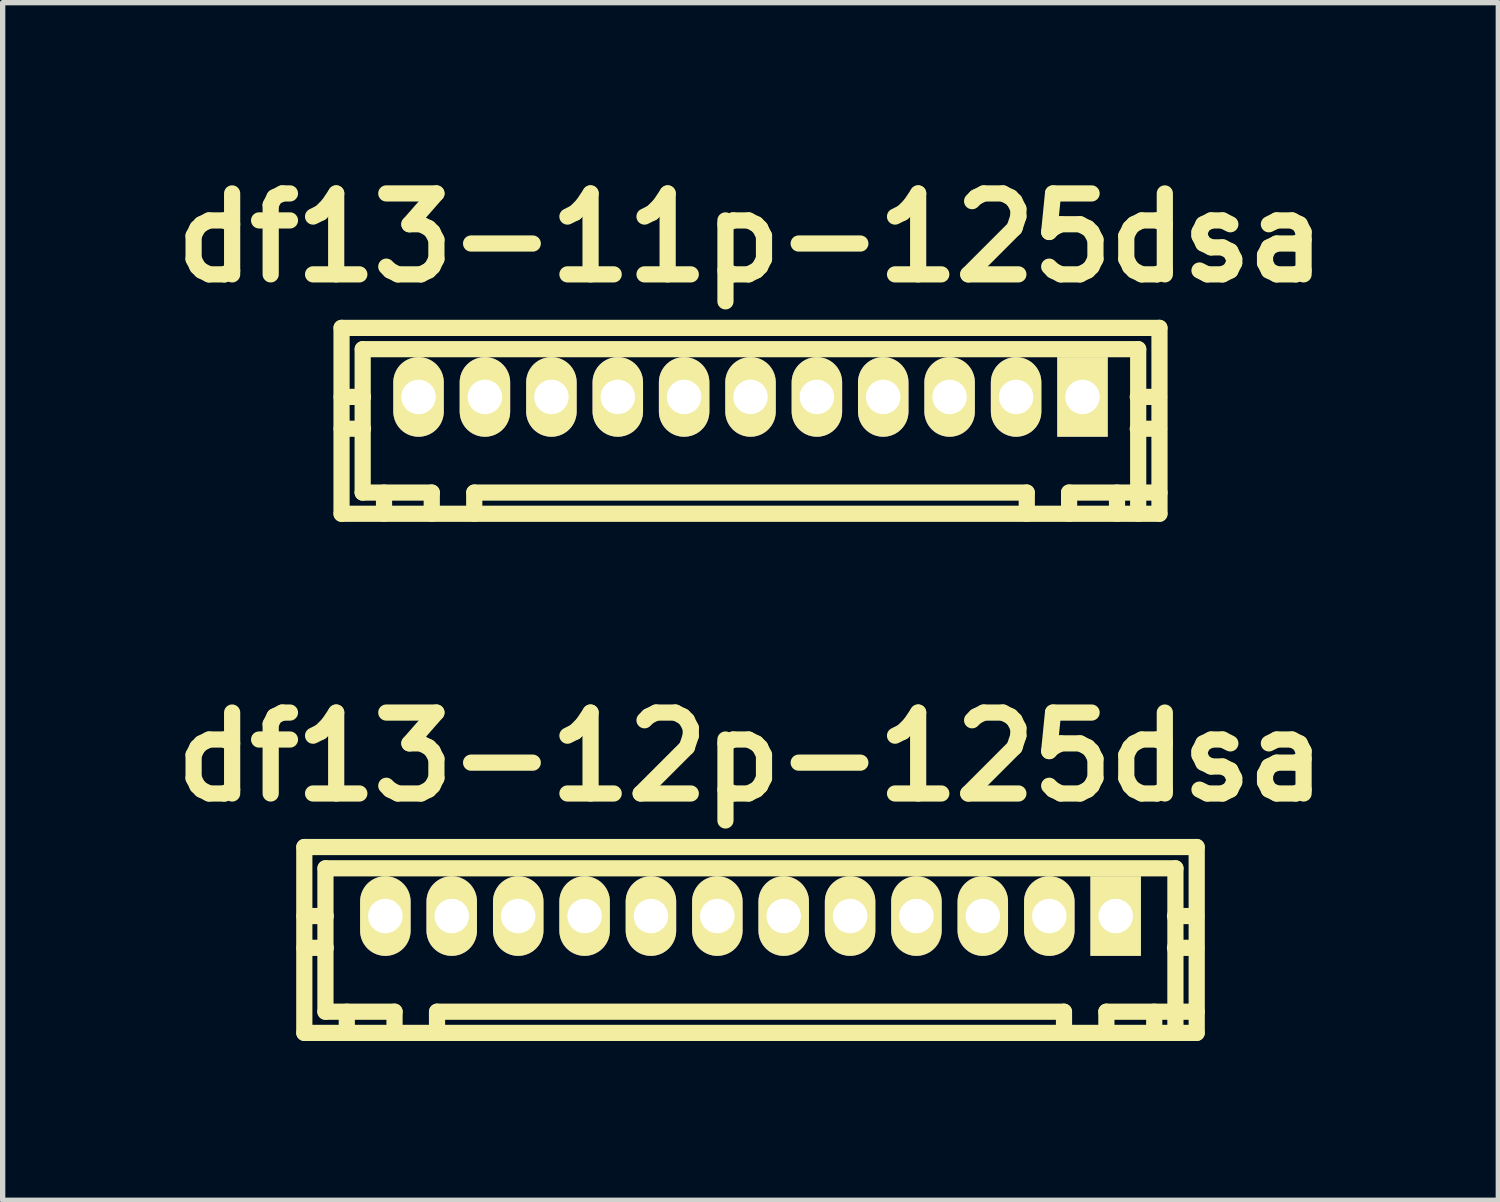
<source format=kicad_pcb>
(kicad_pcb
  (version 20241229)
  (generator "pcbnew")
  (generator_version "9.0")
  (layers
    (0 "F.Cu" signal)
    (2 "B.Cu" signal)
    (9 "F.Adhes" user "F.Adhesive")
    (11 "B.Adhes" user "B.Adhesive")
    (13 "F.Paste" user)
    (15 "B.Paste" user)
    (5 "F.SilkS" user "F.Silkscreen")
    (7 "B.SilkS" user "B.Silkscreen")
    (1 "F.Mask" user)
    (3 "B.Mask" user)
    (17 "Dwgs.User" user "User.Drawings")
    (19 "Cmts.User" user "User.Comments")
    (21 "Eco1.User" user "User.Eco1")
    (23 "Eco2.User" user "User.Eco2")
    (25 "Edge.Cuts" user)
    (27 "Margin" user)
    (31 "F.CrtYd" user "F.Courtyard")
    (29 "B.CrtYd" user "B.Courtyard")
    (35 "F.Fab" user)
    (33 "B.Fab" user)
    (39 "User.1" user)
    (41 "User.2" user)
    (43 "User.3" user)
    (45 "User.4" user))
  (footprint "df13-11p-125dsa"
    (layer "F.Cu")
    (at 11.082 4.424)
    (property "Reference" "df13-11p-125dsa" (at 0 -2.997 0) (layer "F.SilkS") (effects (font (size 1.524 1.524) (thickness 0.305))))
    (attr through_hole)
    (fp_line (start -7.701 2.2) (end -7.701 -1.3) (stroke (width 0.305) (type solid)) (layer "F.SilkS"))
    (fp_line (start -7.699 -1.3) (end 7.699 -1.3) (stroke (width 0.305) (type solid)) (layer "F.SilkS"))
    (fp_line (start -7.303 -0.899) (end -7.303 1.801) (stroke (width 0.305) (type solid)) (layer "F.SilkS"))
    (fp_line (start -7.297 0) (end -7.699 0) (stroke (width 0.305) (type solid)) (layer "F.SilkS"))
    (fp_line (start -7.297 0.599) (end -7.699 0.599) (stroke (width 0.305) (type solid)) (layer "F.SilkS"))
    (fp_line (start -6.901 1.801) (end -6.901 2.2) (stroke (width 0.305) (type solid)) (layer "F.SilkS"))
    (fp_line (start -6.299 -0.099) (end -6.299 0.099) (stroke (width 0.305) (type solid)) (layer "F.SilkS"))
    (fp_line (start -6.299 0.099) (end -6.101 0.099) (stroke (width 0.305) (type solid)) (layer "F.SilkS"))
    (fp_line (start -6.101 -0.099) (end -6.299 -0.099) (stroke (width 0.305) (type solid)) (layer "F.SilkS"))
    (fp_line (start -6.101 0.099) (end -6.101 -0.099) (stroke (width 0.305) (type solid)) (layer "F.SilkS"))
    (fp_line (start -6.002 1.801) (end -7.303 1.801) (stroke (width 0.305) (type solid)) (layer "F.SilkS"))
    (fp_line (start -6.002 1.801) (end -6.002 2.2) (stroke (width 0.305) (type solid)) (layer "F.SilkS"))
    (fp_line (start -5.202 2.2) (end -5.202 1.801) (stroke (width 0.305) (type solid)) (layer "F.SilkS"))
    (fp_line (start -5.199 1.801) (end 5.199 1.801) (stroke (width 0.305) (type solid)) (layer "F.SilkS"))
    (fp_line (start -5.1 -0.099) (end -5.1 0.099) (stroke (width 0.305) (type solid)) (layer "F.SilkS"))
    (fp_line (start -5.1 0.099) (end -4.9 0.099) (stroke (width 0.305) (type solid)) (layer "F.SilkS"))
    (fp_line (start -4.9 -0.099) (end -5.1 -0.099) (stroke (width 0.305) (type solid)) (layer "F.SilkS"))
    (fp_line (start -4.9 0.099) (end -4.9 -0.099) (stroke (width 0.305) (type solid)) (layer "F.SilkS"))
    (fp_line (start -3.8 -0.099) (end -3.8 0.099) (stroke (width 0.305) (type solid)) (layer "F.SilkS"))
    (fp_line (start -3.8 0.099) (end -3.599 0.099) (stroke (width 0.305) (type solid)) (layer "F.SilkS"))
    (fp_line (start -3.599 -0.099) (end -3.8 -0.099) (stroke (width 0.305) (type solid)) (layer "F.SilkS"))
    (fp_line (start -3.599 0.099) (end -3.599 -0.099) (stroke (width 0.305) (type solid)) (layer "F.SilkS"))
    (fp_line (start -2.601 -0.099) (end -2.601 0.099) (stroke (width 0.305) (type solid)) (layer "F.SilkS"))
    (fp_line (start -2.601 0.099) (end -2.4 0.099) (stroke (width 0.305) (type solid)) (layer "F.SilkS"))
    (fp_line (start -2.4 -0.099) (end -2.601 -0.099) (stroke (width 0.305) (type solid)) (layer "F.SilkS"))
    (fp_line (start -2.4 0.099) (end -2.4 -0.099) (stroke (width 0.305) (type solid)) (layer "F.SilkS"))
    (fp_line (start -1.3 -0.099) (end -1.3 0.099) (stroke (width 0.305) (type solid)) (layer "F.SilkS"))
    (fp_line (start -1.3 0.099) (end -1.1 0.099) (stroke (width 0.305) (type solid)) (layer "F.SilkS"))
    (fp_line (start -1.1 -0.099) (end -1.3 -0.099) (stroke (width 0.305) (type solid)) (layer "F.SilkS"))
    (fp_line (start -1.1 0.099) (end -1.1 -0.099) (stroke (width 0.305) (type solid)) (layer "F.SilkS"))
    (fp_line (start -0.099 -0.099) (end 0.099 -0.099) (stroke (width 0.305) (type solid)) (layer "F.SilkS"))
    (fp_line (start -0.099 0.099) (end -0.099 -0.099) (stroke (width 0.305) (type solid)) (layer "F.SilkS"))
    (fp_line (start 0.099 -0.099) (end 0.099 0.099) (stroke (width 0.305) (type solid)) (layer "F.SilkS"))
    (fp_line (start 0.099 0.099) (end -0.099 0.099) (stroke (width 0.305) (type solid)) (layer "F.SilkS"))
    (fp_line (start 1.1 -0.099) (end 1.3 -0.099) (stroke (width 0.305) (type solid)) (layer "F.SilkS"))
    (fp_line (start 1.1 0.099) (end 1.1 -0.099) (stroke (width 0.305) (type solid)) (layer "F.SilkS"))
    (fp_line (start 1.3 -0.099) (end 1.3 0.099) (stroke (width 0.305) (type solid)) (layer "F.SilkS"))
    (fp_line (start 1.3 0.099) (end 1.1 0.099) (stroke (width 0.305) (type solid)) (layer "F.SilkS"))
    (fp_line (start 2.4 -0.099) (end 2.601 -0.099) (stroke (width 0.305) (type solid)) (layer "F.SilkS"))
    (fp_line (start 2.4 0.099) (end 2.4 -0.099) (stroke (width 0.305) (type solid)) (layer "F.SilkS"))
    (fp_line (start 2.601 -0.099) (end 2.601 0.099) (stroke (width 0.305) (type solid)) (layer "F.SilkS"))
    (fp_line (start 2.601 0.099) (end 2.4 0.099) (stroke (width 0.305) (type solid)) (layer "F.SilkS"))
    (fp_line (start 3.599 -0.099) (end 3.8 -0.099) (stroke (width 0.305) (type solid)) (layer "F.SilkS"))
    (fp_line (start 3.599 0.099) (end 3.599 -0.099) (stroke (width 0.305) (type solid)) (layer "F.SilkS"))
    (fp_line (start 3.8 -0.099) (end 3.8 0.099) (stroke (width 0.305) (type solid)) (layer "F.SilkS"))
    (fp_line (start 3.8 0.099) (end 3.599 0.099) (stroke (width 0.305) (type solid)) (layer "F.SilkS"))
    (fp_line (start 4.9 -0.099) (end 5.1 -0.099) (stroke (width 0.305) (type solid)) (layer "F.SilkS"))
    (fp_line (start 4.9 0.099) (end 4.9 -0.099) (stroke (width 0.305) (type solid)) (layer "F.SilkS"))
    (fp_line (start 5.1 -0.099) (end 5.1 0.099) (stroke (width 0.305) (type solid)) (layer "F.SilkS"))
    (fp_line (start 5.1 0.099) (end 4.9 0.099) (stroke (width 0.305) (type solid)) (layer "F.SilkS"))
    (fp_line (start 5.202 2.2) (end 5.202 1.801) (stroke (width 0.305) (type solid)) (layer "F.SilkS"))
    (fp_line (start 5.999 1.801) (end 5.999 2.2) (stroke (width 0.305) (type solid)) (layer "F.SilkS"))
    (fp_line (start 5.999 1.801) (end 7.701 1.801) (stroke (width 0.305) (type solid)) (layer "F.SilkS"))
    (fp_line (start 6.101 -0.099) (end 6.299 -0.099) (stroke (width 0.305) (type solid)) (layer "F.SilkS"))
    (fp_line (start 6.101 0.099) (end 6.101 -0.099) (stroke (width 0.305) (type solid)) (layer "F.SilkS"))
    (fp_line (start 6.299 -0.099) (end 6.299 0.099) (stroke (width 0.305) (type solid)) (layer "F.SilkS"))
    (fp_line (start 6.299 0.099) (end 6.101 0.099) (stroke (width 0.305) (type solid)) (layer "F.SilkS"))
    (fp_line (start 6.901 1.801) (end 6.901 2.2) (stroke (width 0.305) (type solid)) (layer "F.SilkS"))
    (fp_line (start 7.292 0) (end 7.694 0) (stroke (width 0.305) (type solid)) (layer "F.SilkS"))
    (fp_line (start 7.3 -0.899) (end -7.3 -0.899) (stroke (width 0.305) (type solid)) (layer "F.SilkS"))
    (fp_line (start 7.3 -0.899) (end 7.3 2.2) (stroke (width 0.305) (type solid)) (layer "F.SilkS"))
    (fp_line (start 7.694 0.599) (end 7.292 0.599) (stroke (width 0.305) (type solid)) (layer "F.SilkS"))
    (fp_line (start 7.699 2.2) (end -7.699 2.2) (stroke (width 0.305) (type solid)) (layer "F.SilkS"))
    (fp_line (start 7.701 -1.3) (end 7.701 2.2) (stroke (width 0.305) (type solid)) (layer "F.SilkS"))
    (pad "1" thru_hole rect (at 6.251 0) (size 0.95 1.499) (drill 0.648) (layers "*.Cu" "*.Mask" "F.SilkS"))
    (pad "2" thru_hole oval (at 5.001 0) (size 0.95 1.499) (drill 0.648) (layers "*.Cu" "*.Mask" "F.SilkS"))
    (pad "3" thru_hole oval (at 3.749 0) (size 0.95 1.499) (drill 0.648) (layers "*.Cu" "*.Mask" "F.SilkS"))
    (pad "4" thru_hole oval (at 2.499 0) (size 0.95 1.499) (drill 0.648) (layers "*.Cu" "*.Mask" "F.SilkS"))
    (pad "5" thru_hole oval (at 1.25 0) (size 0.95 1.499) (drill 0.648) (layers "*.Cu" "*.Mask" "F.SilkS"))
    (pad "6" thru_hole oval (at 0 0) (size 0.95 1.499) (drill 0.648) (layers "*.Cu" "*.Mask" "F.SilkS"))
    (pad "7" thru_hole oval (at -1.25 0) (size 0.95 1.499) (drill 0.648) (layers "*.Cu" "*.Mask" "F.SilkS"))
    (pad "8" thru_hole oval (at -2.499 0) (size 0.95 1.499) (drill 0.648) (layers "*.Cu" "*.Mask" "F.SilkS"))
    (pad "9" thru_hole oval (at -3.749 0) (size 0.95 1.499) (drill 0.648) (layers "*.Cu" "*.Mask" "F.SilkS"))
    (pad "10" thru_hole oval (at -5.001 0) (size 0.95 1.499) (drill 0.648) (layers "*.Cu" "*.Mask" "F.SilkS"))
    (pad "11" thru_hole oval (at -6.251 0) (size 0.95 1.499) (drill 0.648) (layers "*.Cu" "*.Mask" "F.SilkS")))
  (footprint "df13-12p-125dsa"
    (layer "F.Cu")
    (at 11.082 14.199)
    (property "Reference" "df13-12p-125dsa" (at 0 -2.997 0) (layer "F.SilkS") (effects (font (size 1.524 1.524) (thickness 0.305))))
    (attr through_hole)
    (fp_line (start -8.402 2.2) (end -8.402 -1.3) (stroke (width 0.305) (type solid)) (layer "F.SilkS"))
    (fp_line (start -8.4 -1.3) (end 8.4 -1.3) (stroke (width 0.305) (type solid)) (layer "F.SilkS"))
    (fp_line (start -8.004 -0.899) (end -8.004 1.801) (stroke (width 0.305) (type solid)) (layer "F.SilkS"))
    (fp_line (start -7.998 0) (end -8.4 0) (stroke (width 0.305) (type solid)) (layer "F.SilkS"))
    (fp_line (start -7.998 0.599) (end -8.4 0.599) (stroke (width 0.305) (type solid)) (layer "F.SilkS"))
    (fp_line (start -7.602 1.801) (end -7.602 2.2) (stroke (width 0.305) (type solid)) (layer "F.SilkS"))
    (fp_line (start -7 -0.099) (end -7 0.099) (stroke (width 0.305) (type solid)) (layer "F.SilkS"))
    (fp_line (start -7 0.099) (end -6.8 0.099) (stroke (width 0.305) (type solid)) (layer "F.SilkS"))
    (fp_line (start -6.8 -0.099) (end -7 -0.099) (stroke (width 0.305) (type solid)) (layer "F.SilkS"))
    (fp_line (start -6.8 0.099) (end -6.8 -0.099) (stroke (width 0.305) (type solid)) (layer "F.SilkS"))
    (fp_line (start -6.703 1.801) (end -8.004 1.801) (stroke (width 0.305) (type solid)) (layer "F.SilkS"))
    (fp_line (start -6.703 1.801) (end -6.703 2.2) (stroke (width 0.305) (type solid)) (layer "F.SilkS"))
    (fp_line (start -5.903 2.2) (end -5.903 1.801) (stroke (width 0.305) (type solid)) (layer "F.SilkS"))
    (fp_line (start -5.9 1.801) (end 5.9 1.801) (stroke (width 0.305) (type solid)) (layer "F.SilkS"))
    (fp_line (start -5.7 -0.099) (end -5.7 0.099) (stroke (width 0.305) (type solid)) (layer "F.SilkS"))
    (fp_line (start -5.7 0.099) (end -5.499 0.099) (stroke (width 0.305) (type solid)) (layer "F.SilkS"))
    (fp_line (start -5.499 -0.099) (end -5.7 -0.099) (stroke (width 0.305) (type solid)) (layer "F.SilkS"))
    (fp_line (start -5.499 0.099) (end -5.499 -0.099) (stroke (width 0.305) (type solid)) (layer "F.SilkS"))
    (fp_line (start -4.501 -0.099) (end -4.501 0.099) (stroke (width 0.305) (type solid)) (layer "F.SilkS"))
    (fp_line (start -4.501 0.099) (end -4.3 0.099) (stroke (width 0.305) (type solid)) (layer "F.SilkS"))
    (fp_line (start -4.3 -0.099) (end -4.501 -0.099) (stroke (width 0.305) (type solid)) (layer "F.SilkS"))
    (fp_line (start -4.3 0.099) (end -4.3 -0.099) (stroke (width 0.305) (type solid)) (layer "F.SilkS"))
    (fp_line (start -3.2 -0.099) (end -3.2 0.099) (stroke (width 0.305) (type solid)) (layer "F.SilkS"))
    (fp_line (start -3.2 0.099) (end -3 0.099) (stroke (width 0.305) (type solid)) (layer "F.SilkS"))
    (fp_line (start -3 -0.099) (end -3.2 -0.099) (stroke (width 0.305) (type solid)) (layer "F.SilkS"))
    (fp_line (start -3 0.099) (end -3 -0.099) (stroke (width 0.305) (type solid)) (layer "F.SilkS"))
    (fp_line (start -1.999 -0.099) (end -1.999 0.099) (stroke (width 0.305) (type solid)) (layer "F.SilkS"))
    (fp_line (start -1.999 0.099) (end -1.801 0.099) (stroke (width 0.305) (type solid)) (layer "F.SilkS"))
    (fp_line (start -1.801 -0.099) (end -1.999 -0.099) (stroke (width 0.305) (type solid)) (layer "F.SilkS"))
    (fp_line (start -1.801 0.099) (end -1.801 -0.099) (stroke (width 0.305) (type solid)) (layer "F.SilkS"))
    (fp_line (start -0.701 -0.099) (end -0.701 0.099) (stroke (width 0.305) (type solid)) (layer "F.SilkS"))
    (fp_line (start -0.701 0.099) (end -0.5 0.099) (stroke (width 0.305) (type solid)) (layer "F.SilkS"))
    (fp_line (start -0.5 -0.099) (end -0.701 -0.099) (stroke (width 0.305) (type solid)) (layer "F.SilkS"))
    (fp_line (start -0.5 0.099) (end -0.5 -0.099) (stroke (width 0.305) (type solid)) (layer "F.SilkS"))
    (fp_line (start 0.5 -0.099) (end 0.701 -0.099) (stroke (width 0.305) (type solid)) (layer "F.SilkS"))
    (fp_line (start 0.5 0.099) (end 0.5 -0.099) (stroke (width 0.305) (type solid)) (layer "F.SilkS"))
    (fp_line (start 0.701 -0.099) (end 0.701 0.099) (stroke (width 0.305) (type solid)) (layer "F.SilkS"))
    (fp_line (start 0.701 0.099) (end 0.5 0.099) (stroke (width 0.305) (type solid)) (layer "F.SilkS"))
    (fp_line (start 1.801 -0.099) (end 1.999 -0.099) (stroke (width 0.305) (type solid)) (layer "F.SilkS"))
    (fp_line (start 1.801 0.099) (end 1.801 -0.099) (stroke (width 0.305) (type solid)) (layer "F.SilkS"))
    (fp_line (start 1.999 -0.099) (end 1.999 0.099) (stroke (width 0.305) (type solid)) (layer "F.SilkS"))
    (fp_line (start 1.999 0.099) (end 1.801 0.099) (stroke (width 0.305) (type solid)) (layer "F.SilkS"))
    (fp_line (start 3 -0.099) (end 3.2 -0.099) (stroke (width 0.305) (type solid)) (layer "F.SilkS"))
    (fp_line (start 3 0.099) (end 3 -0.099) (stroke (width 0.305) (type solid)) (layer "F.SilkS"))
    (fp_line (start 3.2 -0.099) (end 3.2 0.099) (stroke (width 0.305) (type solid)) (layer "F.SilkS"))
    (fp_line (start 3.2 0.099) (end 3 0.099) (stroke (width 0.305) (type solid)) (layer "F.SilkS"))
    (fp_line (start 4.3 -0.099) (end 4.501 -0.099) (stroke (width 0.305) (type solid)) (layer "F.SilkS"))
    (fp_line (start 4.3 0.099) (end 4.3 -0.099) (stroke (width 0.305) (type solid)) (layer "F.SilkS"))
    (fp_line (start 4.501 -0.099) (end 4.501 0.099) (stroke (width 0.305) (type solid)) (layer "F.SilkS"))
    (fp_line (start 4.501 0.099) (end 4.3 0.099) (stroke (width 0.305) (type solid)) (layer "F.SilkS"))
    (fp_line (start 5.499 -0.099) (end 5.7 -0.099) (stroke (width 0.305) (type solid)) (layer "F.SilkS"))
    (fp_line (start 5.499 0.099) (end 5.499 -0.099) (stroke (width 0.305) (type solid)) (layer "F.SilkS"))
    (fp_line (start 5.7 -0.099) (end 5.7 0.099) (stroke (width 0.305) (type solid)) (layer "F.SilkS"))
    (fp_line (start 5.7 0.099) (end 5.499 0.099) (stroke (width 0.305) (type solid)) (layer "F.SilkS"))
    (fp_line (start 5.903 2.2) (end 5.903 1.801) (stroke (width 0.305) (type solid)) (layer "F.SilkS"))
    (fp_line (start 6.701 1.801) (end 6.701 2.2) (stroke (width 0.305) (type solid)) (layer "F.SilkS"))
    (fp_line (start 6.701 1.801) (end 8.402 1.801) (stroke (width 0.305) (type solid)) (layer "F.SilkS"))
    (fp_line (start 6.8 -0.099) (end 7 -0.099) (stroke (width 0.305) (type solid)) (layer "F.SilkS"))
    (fp_line (start 6.8 0.099) (end 6.8 -0.099) (stroke (width 0.305) (type solid)) (layer "F.SilkS"))
    (fp_line (start 7 -0.099) (end 7 0.099) (stroke (width 0.305) (type solid)) (layer "F.SilkS"))
    (fp_line (start 7 0.099) (end 6.8 0.099) (stroke (width 0.305) (type solid)) (layer "F.SilkS"))
    (fp_line (start 7.602 1.801) (end 7.602 2.2) (stroke (width 0.305) (type solid)) (layer "F.SilkS"))
    (fp_line (start 7.993 0) (end 8.395 0) (stroke (width 0.305) (type solid)) (layer "F.SilkS"))
    (fp_line (start 8.001 -0.899) (end -8.001 -0.899) (stroke (width 0.305) (type solid)) (layer "F.SilkS"))
    (fp_line (start 8.001 -0.899) (end 8.001 2.2) (stroke (width 0.305) (type solid)) (layer "F.SilkS"))
    (fp_line (start 8.395 0.599) (end 7.993 0.599) (stroke (width 0.305) (type solid)) (layer "F.SilkS"))
    (fp_line (start 8.4 2.2) (end -8.4 2.2) (stroke (width 0.305) (type solid)) (layer "F.SilkS"))
    (fp_line (start 8.402 -1.3) (end 8.402 2.2) (stroke (width 0.305) (type solid)) (layer "F.SilkS"))
    (pad "1" thru_hole rect (at 6.876 0) (size 0.95 1.499) (drill 0.648) (layers "*.Cu" "*.Mask" "F.SilkS"))
    (pad "2" thru_hole oval (at 5.626 0) (size 0.95 1.499) (drill 0.648) (layers "*.Cu" "*.Mask" "F.SilkS"))
    (pad "3" thru_hole oval (at 4.374 0) (size 0.95 1.499) (drill 0.648) (layers "*.Cu" "*.Mask" "F.SilkS"))
    (pad "4" thru_hole oval (at 3.124 0) (size 0.95 1.499) (drill 0.648) (layers "*.Cu" "*.Mask" "F.SilkS"))
    (pad "5" thru_hole oval (at 1.875 0) (size 0.95 1.499) (drill 0.648) (layers "*.Cu" "*.Mask" "F.SilkS"))
    (pad "6" thru_hole oval (at 0.625 0) (size 0.95 1.499) (drill 0.648) (layers "*.Cu" "*.Mask" "F.SilkS"))
    (pad "7" thru_hole oval (at -0.625 0) (size 0.95 1.499) (drill 0.648) (layers "*.Cu" "*.Mask" "F.SilkS"))
    (pad "8" thru_hole oval (at -1.875 0) (size 0.95 1.499) (drill 0.648) (layers "*.Cu" "*.Mask" "F.SilkS"))
    (pad "9" thru_hole oval (at -3.124 0) (size 0.95 1.499) (drill 0.648) (layers "*.Cu" "*.Mask" "F.SilkS"))
    (pad "10" thru_hole oval (at -4.374 0) (size 0.95 1.499) (drill 0.648) (layers "*.Cu" "*.Mask" "F.SilkS"))
    (pad "11" thru_hole oval (at -5.626 0) (size 0.95 1.499) (drill 0.648) (layers "*.Cu" "*.Mask" "F.SilkS"))
    (pad "12" thru_hole oval (at -6.876 0) (size 0.95 1.499) (drill 0.648) (layers "*.Cu" "*.Mask" "F.SilkS")))
  (gr_rect
    (start -3 -3)
    (end 25.163 19.551)
    (stroke (width 0.1) (type default))
    (fill no)
    (layer "Edge.Cuts")))
</source>
